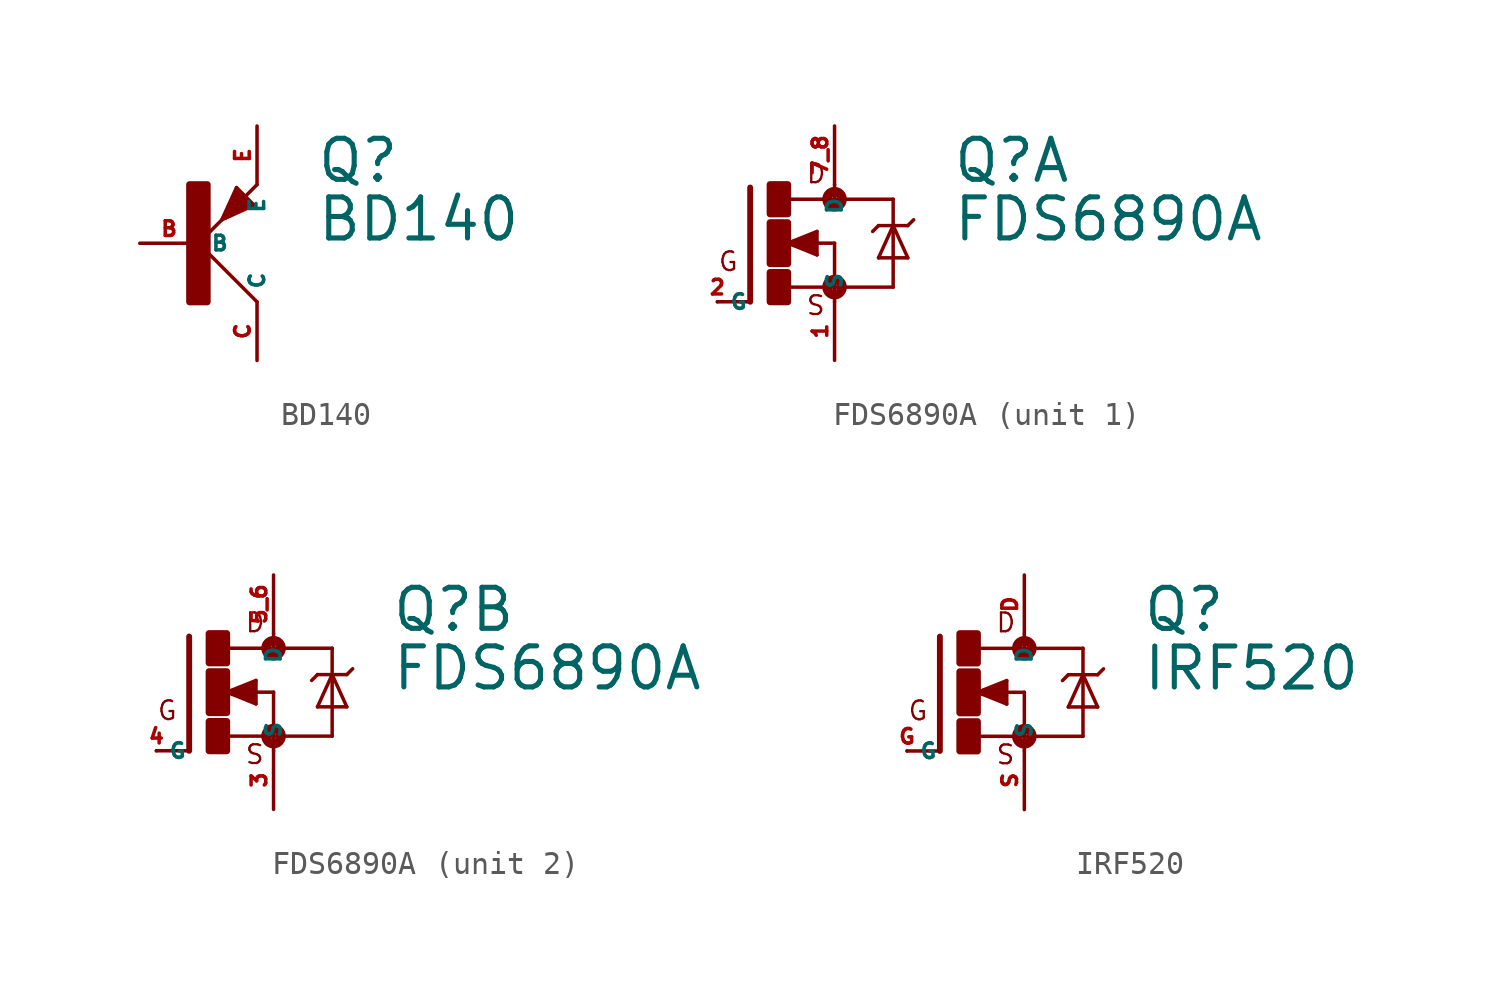
<source format=kicad_sym>
(kicad_symbol_lib
  (version 20220914)
  (generator Eagle2Kicad)
  (symbol "BD140"
    (property "Reference" "Q"
      (at 5.08 2.54 0)
      (effects (font (size 1.778 1.778) (thickness 0.22)) (justify left bottom)))
    (property "Value" "BD140"
      (at 5.08 0 0)
      (effects (font (size 1.778 1.778) (thickness 0.22)) (justify left bottom)))
    (polyline
      (pts (xy 2.54 -2.54) (xy 0 0))
      (stroke (width 0.152) (type default))
      (fill (type none)))
    (polyline
      (pts (xy 0 0) (xy 1.016 1.016))
      (stroke (width 0.152) (type default))
      (fill (type none)))
    (polyline
      (pts (xy 2.413 1.651) (xy 1.016 1.016))
      (stroke (width 0.152) (type default))
      (fill (type none)))
    (polyline
      (pts (xy 1.016 1.016) (xy 1.143 1.143))
      (stroke (width 0.152) (type default))
      (fill (type none)))
    (polyline
      (pts (xy 1.905 1.905) (xy 2.54 2.54))
      (stroke (width 0.152) (type default))
      (fill (type none)))
    (polyline
      (pts (xy 1.016 1.016) (xy 1.651 2.413))
      (stroke (width 0.152) (type default))
      (fill (type none)))
    (polyline
      (pts (xy 1.651 2.413) (xy 2.413 1.651))
      (stroke (width 0.152) (type default))
      (fill (type none)))
    (polyline
      (pts (xy 1.143 1.143) (xy 2.159 1.651))
      (stroke (width 0.254) (type default))
      (fill (type none)))
    (polyline
      (pts (xy 2.159 1.651) (xy 1.905 1.905))
      (stroke (width 0.254) (type default))
      (fill (type none)))
    (polyline
      (pts (xy 1.905 1.905) (xy 1.651 2.159))
      (stroke (width 0.254) (type default))
      (fill (type none)))
    (polyline
      (pts (xy 1.651 2.159) (xy 1.143 1.143))
      (stroke (width 0.254) (type default))
      (fill (type none)))
    (polyline
      (pts (xy 1.143 1.143) (xy 1.905 1.905))
      (stroke (width 0.254) (type default))
      (fill (type none)))
    (polyline
      (pts (xy 1.651 1.905) (xy 1.905 1.651))
      (stroke (width 0.254) (type default))
      (fill (type none)))
    (rectangle
      (start -0.381 -2.54)
      (end 0.381 2.54)
      (stroke (width 0.3) (type default))
      (fill (type outline)))
    (pin passive line
      (at -2.54 0 0)
      (length 2.54)
      (name "B" (effects (font (size 0.635 0.635) (thickness 0.08)) (justify left bottom)))
      (number "B" (effects (font (size 0.635 0.635) (thickness 0.08)) (justify left bottom))))
    (pin passive line
      (at 2.54 5.08 270)
      (length 2.54)
      (name "E" (effects (font (size 0.635 0.635) (thickness 0.08)) (justify left bottom)))
      (number "E" (effects (font (size 0.635 0.635) (thickness 0.08)) (justify left bottom))))
    (pin passive line
      (at 2.54 -5.08 90)
      (length 2.54)
      (name "C" (effects (font (size 0.635 0.635) (thickness 0.08)) (justify left bottom)))
      (number "C" (effects (font (size 0.635 0.635) (thickness 0.08)) (justify left bottom)))))
  (symbol "FDS6890A"
    (property "Reference" "Q"
      (at 7.62 2.54 0)
      (effects (font (size 1.778 1.778) (thickness 0.22)) (justify left bottom)))
    (property "Value" "FDS6890A"
      (at 7.62 0 0)
      (effects (font (size 1.778 1.778) (thickness 0.22)) (justify left bottom)))
    (symbol "FDS6890A_1_0"
      (polyline (pts (xy -1.118 2.413) (xy -1.118 -2.54)) (stroke (width 0.254) (type default)) (fill (type none)))
      (polyline (pts (xy -1.118 -2.54) (xy -2.54 -2.54)) (stroke (width 0.152) (type default)) (fill (type none)))
      (polyline (pts (xy 2.54 1.905) (xy 0.533 1.905)) (stroke (width 0.152) (type default)) (fill (type none)))
      (polyline (pts (xy 2.54 0) (xy 2.54 -1.905)) (stroke (width 0.152) (type default)) (fill (type none)))
      (polyline (pts (xy 0.508 -1.905) (xy 2.54 -1.905)) (stroke (width 0.152) (type default)) (fill (type none)))
      (polyline (pts (xy 2.54 2.54) (xy 2.54 1.905)) (stroke (width 0.152) (type default)) (fill (type none)))
      (polyline (pts (xy 2.54 1.905) (xy 5.08 1.905)) (stroke (width 0.152) (type default)) (fill (type none)))
      (polyline (pts (xy 5.08 1.905) (xy 5.08 0.762)) (stroke (width 0.152) (type default)) (fill (type none)))
      (polyline (pts (xy 5.08 0.762) (xy 5.08 -1.905)) (stroke (width 0.152) (type default)) (fill (type none)))
      (polyline (pts (xy 5.08 -1.905) (xy 2.54 -1.905)) (stroke (width 0.152) (type default)) (fill (type none)))
      (polyline (pts (xy 2.54 -1.905) (xy 2.54 -2.54)) (stroke (width 0.152) (type default)) (fill (type none)))
      (polyline (pts (xy 5.08 0.762) (xy 4.445 -0.635)) (stroke (width 0.152) (type default)) (fill (type none)))
      (polyline (pts (xy 4.445 -0.635) (xy 5.715 -0.635)) (stroke (width 0.152) (type default)) (fill (type none)))
      (polyline (pts (xy 5.715 -0.635) (xy 5.08 0.762)) (stroke (width 0.152) (type default)) (fill (type none)))
      (polyline (pts (xy 4.445 0.762) (xy 5.08 0.762)) (stroke (width 0.152) (type default)) (fill (type none)))
      (polyline (pts (xy 5.08 0.762) (xy 5.715 0.762)) (stroke (width 0.152) (type default)) (fill (type none)))
      (polyline (pts (xy 5.715 0.762) (xy 5.969 1.016)) (stroke (width 0.152) (type default)) (fill (type none)))
      (polyline (pts (xy 4.445 0.762) (xy 4.191 0.508)) (stroke (width 0.152) (type default)) (fill (type none)))
      (polyline (pts (xy 0.508 0) (xy 1.778 -0.508)) (stroke (width 0.152) (type default)) (fill (type none)))
      (polyline (pts (xy 1.778 -0.508) (xy 1.778 0.508)) (stroke (width 0.152) (type default)) (fill (type none)))
      (polyline (pts (xy 1.778 0.508) (xy 0.508 0)) (stroke (width 0.152) (type default)) (fill (type none)))
      (polyline (pts (xy 1.651 0) (xy 2.54 0)) (stroke (width 0.152) (type default)) (fill (type none)))
      (polyline (pts (xy 1.651 0.254) (xy 0.762 0)) (stroke (width 0.305) (type default)) (fill (type none)))
      (polyline (pts (xy 0.762 0) (xy 1.651 -0.254)) (stroke (width 0.305) (type default)) (fill (type none)))
      (polyline (pts (xy 1.651 -0.254) (xy 1.651 0)) (stroke (width 0.305) (type default)) (fill (type none)))
      (polyline (pts (xy 1.651 0) (xy 1.397 0)) (stroke (width 0.305) (type default)) (fill (type none)))
      (text "D" (at 1.27 2.54 0) (effects (font (size 0.813 0.813) (thickness 0.10)) (justify left bottom)))
      (text "S" (at 1.27 -3.175 0) (effects (font (size 0.813 0.813) (thickness 0.10)) (justify left bottom)))
      (text "G" (at -2.54 -1.27 0) (effects (font (size 0.813 0.813) (thickness 0.10)) (justify left bottom)))
      (circle (center 2.54 -1.905) (radius 0.127) (stroke (width 0.406) (type default)) (fill (type none)))
      (circle (center 2.54 1.905) (radius 0.127) (stroke (width 0.406) (type default)) (fill (type none)))
      (rectangle (start -0.254 -2.54) (end 0.508 -1.27) (stroke (width 0.3) (type default)) (fill (type outline)))
      (rectangle (start -0.254 1.27) (end 0.508 2.54) (stroke (width 0.3) (type default)) (fill (type outline)))
      (rectangle (start -0.254 -0.889) (end 0.508 0.889) (stroke (width 0.3) (type default)) (fill (type outline)))
      (pin passive line (at -2.54 -2.54 0) (length 0) (name "G" (effects (font (size 0.635 0.635) (thickness 0.08)) (justify left bottom))) (number "2" (effects (font (size 0.635 0.635) (thickness 0.08)) (justify left bottom))))
      (pin passive line (at 2.54 5.08 270) (length 2.54) (name "D" (effects (font (size 0.635 0.635) (thickness 0.08)) (justify left bottom))) (number "7 8" (effects (font (size 0.635 0.635) (thickness 0.08)) (justify left bottom))))
      (pin passive line (at 2.54 -5.08 90) (length 2.54) (name "S" (effects (font (size 0.635 0.635) (thickness 0.08)) (justify left bottom))) (number "1" (effects (font (size 0.635 0.635) (thickness 0.08)) (justify left bottom)))))
    (symbol "FDS6890A_2_0"
      (polyline (pts (xy -1.118 2.413) (xy -1.118 -2.54)) (stroke (width 0.254) (type default)) (fill (type none)))
      (polyline (pts (xy -1.118 -2.54) (xy -2.54 -2.54)) (stroke (width 0.152) (type default)) (fill (type none)))
      (polyline (pts (xy 2.54 1.905) (xy 0.533 1.905)) (stroke (width 0.152) (type default)) (fill (type none)))
      (polyline (pts (xy 2.54 0) (xy 2.54 -1.905)) (stroke (width 0.152) (type default)) (fill (type none)))
      (polyline (pts (xy 0.508 -1.905) (xy 2.54 -1.905)) (stroke (width 0.152) (type default)) (fill (type none)))
      (polyline (pts (xy 2.54 2.54) (xy 2.54 1.905)) (stroke (width 0.152) (type default)) (fill (type none)))
      (polyline (pts (xy 2.54 1.905) (xy 5.08 1.905)) (stroke (width 0.152) (type default)) (fill (type none)))
      (polyline (pts (xy 5.08 1.905) (xy 5.08 0.762)) (stroke (width 0.152) (type default)) (fill (type none)))
      (polyline (pts (xy 5.08 0.762) (xy 5.08 -1.905)) (stroke (width 0.152) (type default)) (fill (type none)))
      (polyline (pts (xy 5.08 -1.905) (xy 2.54 -1.905)) (stroke (width 0.152) (type default)) (fill (type none)))
      (polyline (pts (xy 2.54 -1.905) (xy 2.54 -2.54)) (stroke (width 0.152) (type default)) (fill (type none)))
      (polyline (pts (xy 5.08 0.762) (xy 4.445 -0.635)) (stroke (width 0.152) (type default)) (fill (type none)))
      (polyline (pts (xy 4.445 -0.635) (xy 5.715 -0.635)) (stroke (width 0.152) (type default)) (fill (type none)))
      (polyline (pts (xy 5.715 -0.635) (xy 5.08 0.762)) (stroke (width 0.152) (type default)) (fill (type none)))
      (polyline (pts (xy 4.445 0.762) (xy 5.08 0.762)) (stroke (width 0.152) (type default)) (fill (type none)))
      (polyline (pts (xy 5.08 0.762) (xy 5.715 0.762)) (stroke (width 0.152) (type default)) (fill (type none)))
      (polyline (pts (xy 5.715 0.762) (xy 5.969 1.016)) (stroke (width 0.152) (type default)) (fill (type none)))
      (polyline (pts (xy 4.445 0.762) (xy 4.191 0.508)) (stroke (width 0.152) (type default)) (fill (type none)))
      (polyline (pts (xy 0.508 0) (xy 1.778 -0.508)) (stroke (width 0.152) (type default)) (fill (type none)))
      (polyline (pts (xy 1.778 -0.508) (xy 1.778 0.508)) (stroke (width 0.152) (type default)) (fill (type none)))
      (polyline (pts (xy 1.778 0.508) (xy 0.508 0)) (stroke (width 0.152) (type default)) (fill (type none)))
      (polyline (pts (xy 1.651 0) (xy 2.54 0)) (stroke (width 0.152) (type default)) (fill (type none)))
      (polyline (pts (xy 1.651 0.254) (xy 0.762 0)) (stroke (width 0.305) (type default)) (fill (type none)))
      (polyline (pts (xy 0.762 0) (xy 1.651 -0.254)) (stroke (width 0.305) (type default)) (fill (type none)))
      (polyline (pts (xy 1.651 -0.254) (xy 1.651 0)) (stroke (width 0.305) (type default)) (fill (type none)))
      (polyline (pts (xy 1.651 0) (xy 1.397 0)) (stroke (width 0.305) (type default)) (fill (type none)))
      (text "D" (at 1.27 2.54 0) (effects (font (size 0.813 0.813) (thickness 0.10)) (justify left bottom)))
      (text "S" (at 1.27 -3.175 0) (effects (font (size 0.813 0.813) (thickness 0.10)) (justify left bottom)))
      (text "G" (at -2.54 -1.27 0) (effects (font (size 0.813 0.813) (thickness 0.10)) (justify left bottom)))
      (circle (center 2.54 -1.905) (radius 0.127) (stroke (width 0.406) (type default)) (fill (type none)))
      (circle (center 2.54 1.905) (radius 0.127) (stroke (width 0.406) (type default)) (fill (type none)))
      (rectangle (start -0.254 -2.54) (end 0.508 -1.27) (stroke (width 0.3) (type default)) (fill (type outline)))
      (rectangle (start -0.254 1.27) (end 0.508 2.54) (stroke (width 0.3) (type default)) (fill (type outline)))
      (rectangle (start -0.254 -0.889) (end 0.508 0.889) (stroke (width 0.3) (type default)) (fill (type outline)))
      (pin passive line (at -2.54 -2.54 0) (length 0) (name "G" (effects (font (size 0.635 0.635) (thickness 0.08)) (justify left bottom))) (number "4" (effects (font (size 0.635 0.635) (thickness 0.08)) (justify left bottom))))
      (pin passive line (at 2.54 5.08 270) (length 2.54) (name "D" (effects (font (size 0.635 0.635) (thickness 0.08)) (justify left bottom))) (number "5 6" (effects (font (size 0.635 0.635) (thickness 0.08)) (justify left bottom))))
      (pin passive line (at 2.54 -5.08 90) (length 2.54) (name "S" (effects (font (size 0.635 0.635) (thickness 0.08)) (justify left bottom))) (number "3" (effects (font (size 0.635 0.635) (thickness 0.08)) (justify left bottom))))))
  (symbol "IRF520"
    (property "Reference" "Q"
      (at 7.62 2.54 0)
      (effects (font (size 1.778 1.778) (thickness 0.22)) (justify left bottom)))
    (property "Value" "IRF520"
      (at 7.62 0 0)
      (effects (font (size 1.778 1.778) (thickness 0.22)) (justify left bottom)))
    (polyline
      (pts (xy -1.118 2.413) (xy -1.118 -2.54))
      (stroke (width 0.254) (type default))
      (fill (type none)))
    (polyline
      (pts (xy -1.118 -2.54) (xy -2.54 -2.54))
      (stroke (width 0.152) (type default))
      (fill (type none)))
    (polyline
      (pts (xy 2.54 1.905) (xy 0.533 1.905))
      (stroke (width 0.152) (type default))
      (fill (type none)))
    (polyline
      (pts (xy 2.54 0) (xy 2.54 -1.905))
      (stroke (width 0.152) (type default))
      (fill (type none)))
    (polyline
      (pts (xy 0.508 -1.905) (xy 2.54 -1.905))
      (stroke (width 0.152) (type default))
      (fill (type none)))
    (polyline
      (pts (xy 2.54 2.54) (xy 2.54 1.905))
      (stroke (width 0.152) (type default))
      (fill (type none)))
    (polyline
      (pts (xy 2.54 1.905) (xy 5.08 1.905))
      (stroke (width 0.152) (type default))
      (fill (type none)))
    (polyline
      (pts (xy 5.08 1.905) (xy 5.08 0.762))
      (stroke (width 0.152) (type default))
      (fill (type none)))
    (polyline
      (pts (xy 5.08 0.762) (xy 5.08 -1.905))
      (stroke (width 0.152) (type default))
      (fill (type none)))
    (polyline
      (pts (xy 5.08 -1.905) (xy 2.54 -1.905))
      (stroke (width 0.152) (type default))
      (fill (type none)))
    (polyline
      (pts (xy 2.54 -1.905) (xy 2.54 -2.54))
      (stroke (width 0.152) (type default))
      (fill (type none)))
    (polyline
      (pts (xy 5.08 0.762) (xy 4.445 -0.635))
      (stroke (width 0.152) (type default))
      (fill (type none)))
    (polyline
      (pts (xy 4.445 -0.635) (xy 5.715 -0.635))
      (stroke (width 0.152) (type default))
      (fill (type none)))
    (polyline
      (pts (xy 5.715 -0.635) (xy 5.08 0.762))
      (stroke (width 0.152) (type default))
      (fill (type none)))
    (polyline
      (pts (xy 4.445 0.762) (xy 5.08 0.762))
      (stroke (width 0.152) (type default))
      (fill (type none)))
    (polyline
      (pts (xy 5.08 0.762) (xy 5.715 0.762))
      (stroke (width 0.152) (type default))
      (fill (type none)))
    (polyline
      (pts (xy 5.715 0.762) (xy 5.969 1.016))
      (stroke (width 0.152) (type default))
      (fill (type none)))
    (polyline
      (pts (xy 4.445 0.762) (xy 4.191 0.508))
      (stroke (width 0.152) (type default))
      (fill (type none)))
    (polyline
      (pts (xy 0.508 0) (xy 1.778 -0.508))
      (stroke (width 0.152) (type default))
      (fill (type none)))
    (polyline
      (pts (xy 1.778 -0.508) (xy 1.778 0.508))
      (stroke (width 0.152) (type default))
      (fill (type none)))
    (polyline
      (pts (xy 1.778 0.508) (xy 0.508 0))
      (stroke (width 0.152) (type default))
      (fill (type none)))
    (polyline
      (pts (xy 1.651 0) (xy 2.54 0))
      (stroke (width 0.152) (type default))
      (fill (type none)))
    (polyline
      (pts (xy 1.651 0.254) (xy 0.762 0))
      (stroke (width 0.305) (type default))
      (fill (type none)))
    (polyline
      (pts (xy 0.762 0) (xy 1.651 -0.254))
      (stroke (width 0.305) (type default))
      (fill (type none)))
    (polyline
      (pts (xy 1.651 -0.254) (xy 1.651 0))
      (stroke (width 0.305) (type default))
      (fill (type none)))
    (polyline
      (pts (xy 1.651 0) (xy 1.397 0))
      (stroke (width 0.305) (type default))
      (fill (type none)))
    (text "D"
      (at 1.27 2.54 0)
      (effects (font (size 0.813 0.813) (thickness 0.10)) (justify left bottom)))
    (text "S"
      (at 1.27 -3.175 0)
      (effects (font (size 0.813 0.813) (thickness 0.10)) (justify left bottom)))
    (text "G"
      (at -2.54 -1.27 0)
      (effects (font (size 0.813 0.813) (thickness 0.10)) (justify left bottom)))
    (circle
      (center 2.54 -1.905)
      (radius 0.127)
      (stroke (width 0.406) (type default))
      (fill (type none)))
    (circle
      (center 2.54 1.905)
      (radius 0.127)
      (stroke (width 0.406) (type default))
      (fill (type none)))
    (rectangle
      (start -0.254 -2.54)
      (end 0.508 -1.27)
      (stroke (width 0.3) (type default))
      (fill (type outline)))
    (rectangle
      (start -0.254 1.27)
      (end 0.508 2.54)
      (stroke (width 0.3) (type default))
      (fill (type outline)))
    (rectangle
      (start -0.254 -0.889)
      (end 0.508 0.889)
      (stroke (width 0.3) (type default))
      (fill (type outline)))
    (pin passive line
      (at -2.54 -2.54 0)
      (length 0)
      (name "G" (effects (font (size 0.635 0.635) (thickness 0.08)) (justify left bottom)))
      (number "G" (effects (font (size 0.635 0.635) (thickness 0.08)) (justify left bottom))))
    (pin passive line
      (at 2.54 5.08 270)
      (length 2.54)
      (name "D" (effects (font (size 0.635 0.635) (thickness 0.08)) (justify left bottom)))
      (number "D" (effects (font (size 0.635 0.635) (thickness 0.08)) (justify left bottom))))
    (pin passive line
      (at 2.54 -5.08 90)
      (length 2.54)
      (name "S" (effects (font (size 0.635 0.635) (thickness 0.08)) (justify left bottom)))
      (number "S" (effects (font (size 0.635 0.635) (thickness 0.08)) (justify left bottom))))))
</source>
